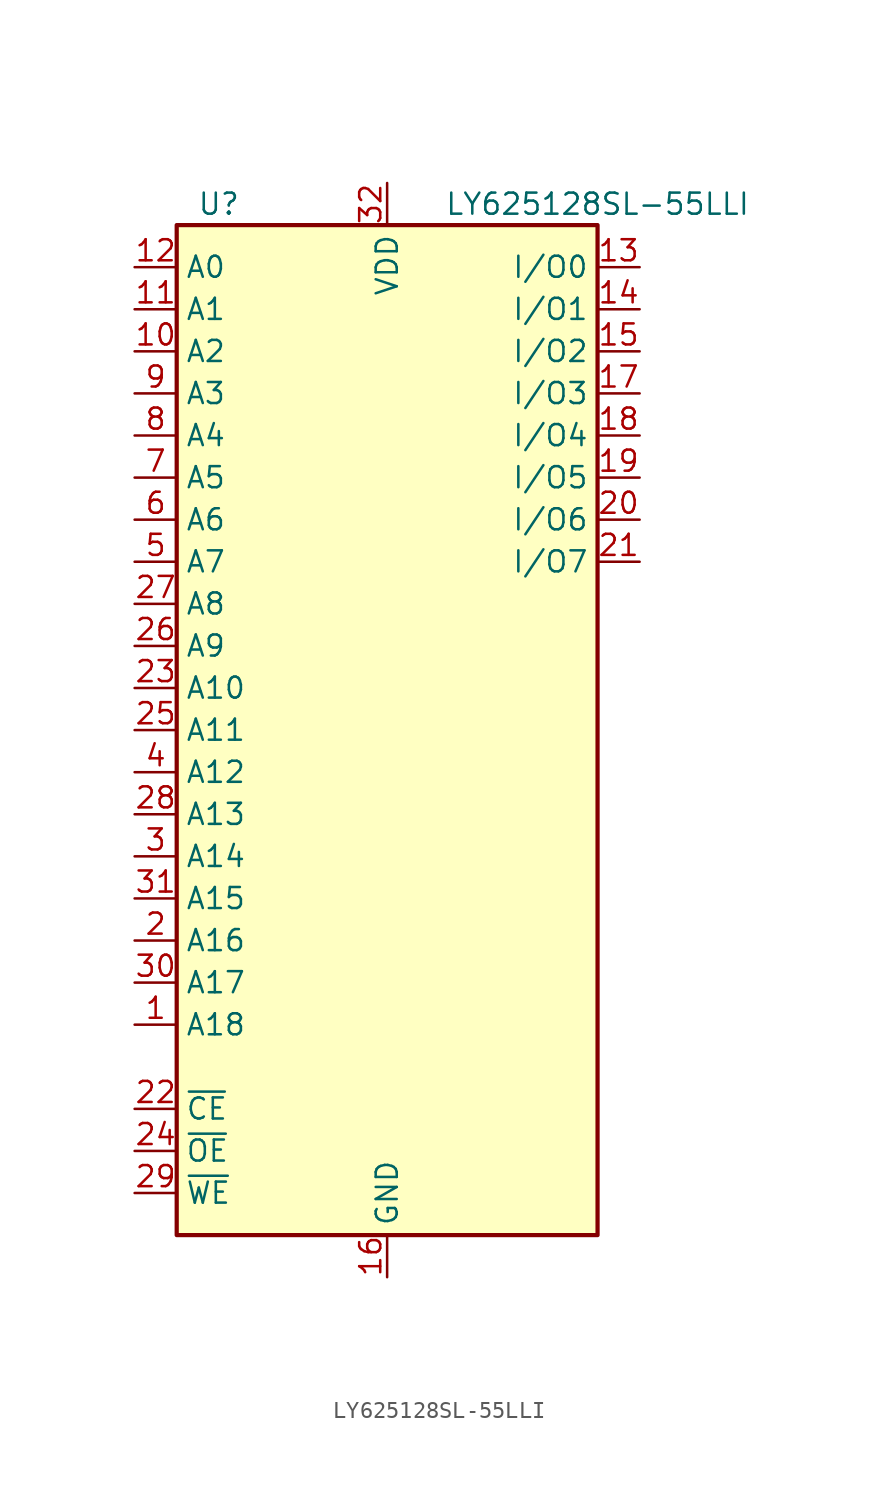
<source format=kicad_sym>
(kicad_symbol_lib
  (version 20211014)
  (generator kicad_symbol_editor)
  (symbol "LY625128SL-55LLI"
    (property "Reference" "U"
      (at -10.16 31.75 0)
      (effects (font (size 1.27 1.27))))
    (property "Value" "LY625128SL-55LLI"
      (at 12.7 31.75 0)
      (effects (font (size 1.27 1.27))))
    (symbol "LY625128SL-55LLI_0_1"
      (rectangle (start -12.7 30.48) (end 12.7 -30.48) (stroke (width 0.254) (type default) (color 0 0 0 0)) (fill (type background))))
    (symbol "LY625128SL-55LLI_1_1"
      (pin input line (at -15.24 -17.78 0) (length 2.54) (name "A18" (effects (font (size 1.27 1.27)))) (number "1" (effects (font (size 1.27 1.27)))))
      (pin input line (at -15.24 22.86 0) (length 2.54) (name "A2" (effects (font (size 1.27 1.27)))) (number "10" (effects (font (size 1.27 1.27)))))
      (pin input line (at -15.24 25.4 0) (length 2.54) (name "A1" (effects (font (size 1.27 1.27)))) (number "11" (effects (font (size 1.27 1.27)))))
      (pin input line (at -15.24 27.94 0) (length 2.54) (name "A0" (effects (font (size 1.27 1.27)))) (number "12" (effects (font (size 1.27 1.27)))))
      (pin bidirectional line (at 15.24 27.94 180) (length 2.54) (name "I/O0" (effects (font (size 1.27 1.27)))) (number "13" (effects (font (size 1.27 1.27)))))
      (pin bidirectional line (at 15.24 25.4 180) (length 2.54) (name "I/O1" (effects (font (size 1.27 1.27)))) (number "14" (effects (font (size 1.27 1.27)))))
      (pin bidirectional line (at 15.24 22.86 180) (length 2.54) (name "I/O2" (effects (font (size 1.27 1.27)))) (number "15" (effects (font (size 1.27 1.27)))))
      (pin power_in line (at 0 -33.02 90) (length 2.54) (name "GND" (effects (font (size 1.27 1.27)))) (number "16" (effects (font (size 1.27 1.27)))))
      (pin bidirectional line (at 15.24 20.32 180) (length 2.54) (name "I/O3" (effects (font (size 1.27 1.27)))) (number "17" (effects (font (size 1.27 1.27)))))
      (pin bidirectional line (at 15.24 17.78 180) (length 2.54) (name "I/O4" (effects (font (size 1.27 1.27)))) (number "18" (effects (font (size 1.27 1.27)))))
      (pin bidirectional line (at 15.24 15.24 180) (length 2.54) (name "I/O5" (effects (font (size 1.27 1.27)))) (number "19" (effects (font (size 1.27 1.27)))))
      (pin input line (at -15.24 -12.7 0) (length 2.54) (name "A16" (effects (font (size 1.27 1.27)))) (number "2" (effects (font (size 1.27 1.27)))))
      (pin bidirectional line (at 15.24 12.7 180) (length 2.54) (name "I/O6" (effects (font (size 1.27 1.27)))) (number "20" (effects (font (size 1.27 1.27)))))
      (pin bidirectional line (at 15.24 10.16 180) (length 2.54) (name "I/O7" (effects (font (size 1.27 1.27)))) (number "21" (effects (font (size 1.27 1.27)))))
      (pin input line (at -15.24 -22.86 0) (length 2.54) (name "~{CE}" (effects (font (size 1.27 1.27)))) (number "22" (effects (font (size 1.27 1.27)))))
      (pin input line (at -15.24 2.54 0) (length 2.54) (name "A10" (effects (font (size 1.27 1.27)))) (number "23" (effects (font (size 1.27 1.27)))))
      (pin input line (at -15.24 -25.4 0) (length 2.54) (name "~{OE}" (effects (font (size 1.27 1.27)))) (number "24" (effects (font (size 1.27 1.27)))))
      (pin input line (at -15.24 0 0) (length 2.54) (name "A11" (effects (font (size 1.27 1.27)))) (number "25" (effects (font (size 1.27 1.27)))))
      (pin input line (at -15.24 5.08 0) (length 2.54) (name "A9" (effects (font (size 1.27 1.27)))) (number "26" (effects (font (size 1.27 1.27)))))
      (pin input line (at -15.24 7.62 0) (length 2.54) (name "A8" (effects (font (size 1.27 1.27)))) (number "27" (effects (font (size 1.27 1.27)))))
      (pin input line (at -15.24 -5.08 0) (length 2.54) (name "A13" (effects (font (size 1.27 1.27)))) (number "28" (effects (font (size 1.27 1.27)))))
      (pin input line (at -15.24 -27.94 0) (length 2.54) (name "~{WE}" (effects (font (size 1.27 1.27)))) (number "29" (effects (font (size 1.27 1.27)))))
      (pin input line (at -15.24 -7.62 0) (length 2.54) (name "A14" (effects (font (size 1.27 1.27)))) (number "3" (effects (font (size 1.27 1.27)))))
      (pin input line (at -15.24 -15.24 0) (length 2.54) (name "A17" (effects (font (size 1.27 1.27)))) (number "30" (effects (font (size 1.27 1.27)))))
      (pin input line (at -15.24 -10.16 0) (length 2.54) (name "A15" (effects (font (size 1.27 1.27)))) (number "31" (effects (font (size 1.27 1.27)))))
      (pin power_in line (at 0 33.02 270) (length 2.54) (name "VDD" (effects (font (size 1.27 1.27)))) (number "32" (effects (font (size 1.27 1.27)))))
      (pin input line (at -15.24 -2.54 0) (length 2.54) (name "A12" (effects (font (size 1.27 1.27)))) (number "4" (effects (font (size 1.27 1.27)))))
      (pin input line (at -15.24 10.16 0) (length 2.54) (name "A7" (effects (font (size 1.27 1.27)))) (number "5" (effects (font (size 1.27 1.27)))))
      (pin input line (at -15.24 12.7 0) (length 2.54) (name "A6" (effects (font (size 1.27 1.27)))) (number "6" (effects (font (size 1.27 1.27)))))
      (pin input line (at -15.24 15.24 0) (length 2.54) (name "A5" (effects (font (size 1.27 1.27)))) (number "7" (effects (font (size 1.27 1.27)))))
      (pin input line (at -15.24 17.78 0) (length 2.54) (name "A4" (effects (font (size 1.27 1.27)))) (number "8" (effects (font (size 1.27 1.27)))))
      (pin input line (at -15.24 20.32 0) (length 2.54) (name "A3" (effects (font (size 1.27 1.27)))) (number "9" (effects (font (size 1.27 1.27))))))))
</source>
